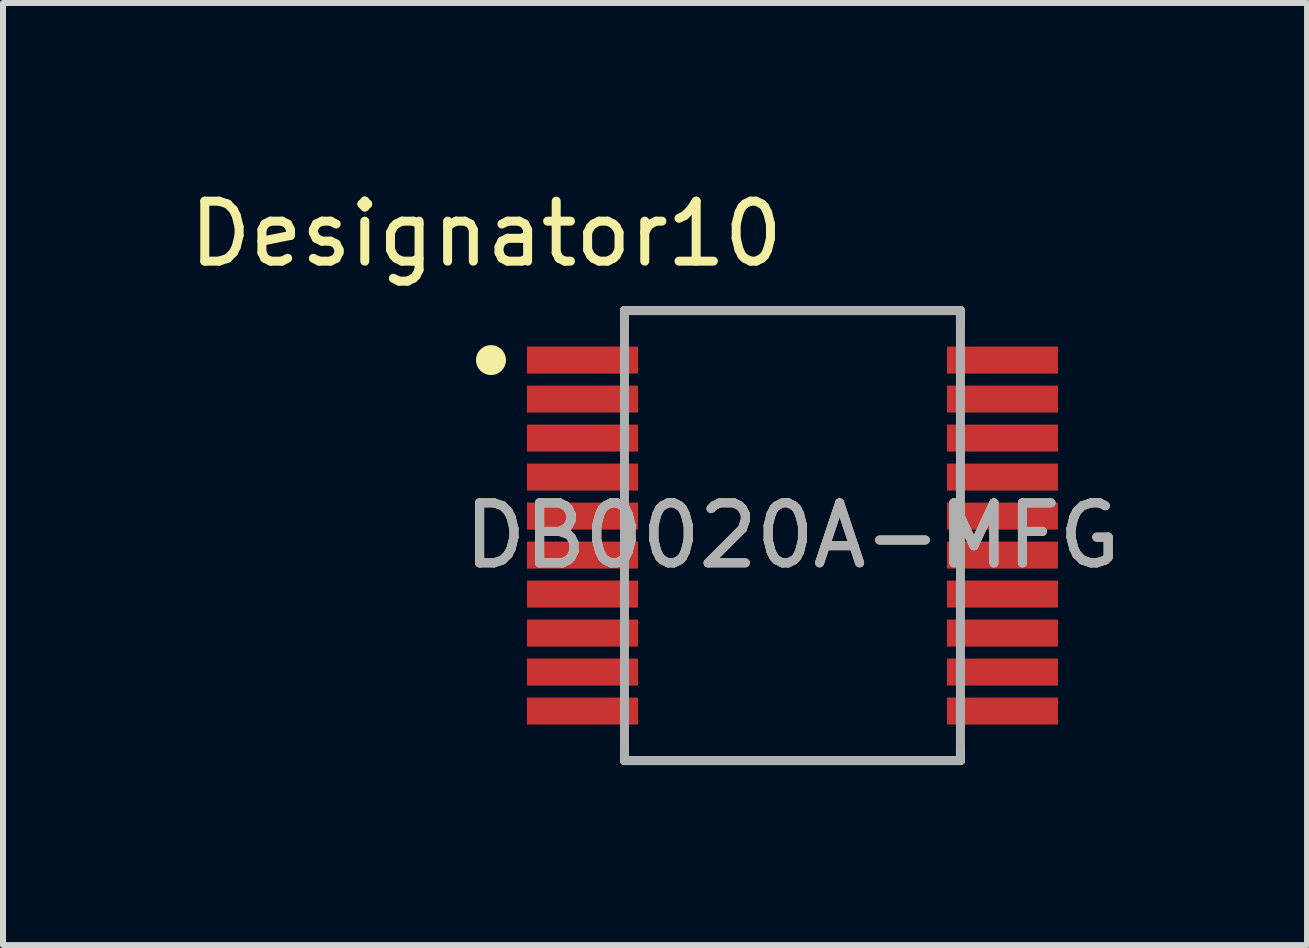
<source format=kicad_pcb>
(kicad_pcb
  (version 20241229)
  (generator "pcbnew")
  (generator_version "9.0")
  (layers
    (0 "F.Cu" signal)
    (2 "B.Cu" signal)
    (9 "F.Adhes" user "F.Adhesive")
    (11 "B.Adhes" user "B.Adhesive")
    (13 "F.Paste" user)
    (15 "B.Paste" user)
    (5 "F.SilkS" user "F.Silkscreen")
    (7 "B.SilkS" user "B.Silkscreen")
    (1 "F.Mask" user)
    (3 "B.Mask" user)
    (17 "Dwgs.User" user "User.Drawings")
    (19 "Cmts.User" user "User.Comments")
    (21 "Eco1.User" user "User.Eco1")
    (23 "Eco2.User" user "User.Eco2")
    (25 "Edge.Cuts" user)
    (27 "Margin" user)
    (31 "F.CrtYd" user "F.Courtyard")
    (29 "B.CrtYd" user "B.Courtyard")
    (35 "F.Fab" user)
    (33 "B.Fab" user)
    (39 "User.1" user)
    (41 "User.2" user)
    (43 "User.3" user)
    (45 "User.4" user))
  (footprint "DB0020A-MFG"
    (layer "F.Cu")
    (at 10.159 5.877)
    (property "Reference" "DB0020A-MFG" (at 0 0 0) (unlocked yes) (layer "F.SilkS") (effects (font (size 1 1) (thickness 0.15))))
    (attr smd)
    (fp_line (start -2.8 -3.75) (end 2.8 -3.75) (stroke (width 0.15) (type solid)) (layer "F.SilkS"))
    (fp_line (start -2.8 -3.525) (end -2.8 -3.75) (stroke (width 0.15) (type solid)) (layer "F.SilkS"))
    (fp_line (start -2.8 3.75) (end -2.8 3.525) (stroke (width 0.15) (type solid)) (layer "F.SilkS"))
    (fp_line (start -2.8 3.75) (end 2.8 3.75) (stroke (width 0.15) (type solid)) (layer "F.SilkS"))
    (fp_line (start 2.8 -3.525) (end 2.8 -3.75) (stroke (width 0.15) (type solid)) (layer "F.SilkS"))
    (fp_line (start 2.8 3.75) (end 2.8 3.525) (stroke (width 0.15) (type solid)) (layer "F.SilkS"))
    (fp_circle (center -5.025 -2.925) (end -4.9 -2.925) (stroke (width 0.25) (type solid)) (fill no) (layer "F.SilkS"))
    (fp_line (start -2.8 -3.75) (end 2.8 -3.75) (stroke (width 0.15) (type solid)) (layer "F.Fab"))
    (fp_line (start -2.8 3.75) (end -2.8 -3.75) (stroke (width 0.15) (type solid)) (layer "F.Fab"))
    (fp_line (start -2.8 3.75) (end 2.8 3.75) (stroke (width 0.15) (type solid)) (layer "F.Fab"))
    (fp_line (start 2.8 3.75) (end 2.8 -3.75) (stroke (width 0.15) (type solid)) (layer "F.Fab"))
    (fp_text user "Designator10" (at -5.105 -5.029 0) (unlocked yes) (layer "F.SilkS") (effects (font (size 1 1) (thickness 0.15))))
    (fp_text user "${REFERENCE}" (at 0 0 0) (unlocked yes) (layer "F.Fab") (effects (font (size 1 1) (thickness 0.15))))
    (pad "1" smd rect (at -3.5 -2.925) (size 1.85 0.45) (layers "F.Cu" "F.Mask" "F.Paste"))
    (pad "2" smd rect (at -3.5 -2.275) (size 1.85 0.45) (layers "F.Cu" "F.Mask" "F.Paste"))
    (pad "3" smd rect (at -3.5 -1.625) (size 1.85 0.45) (layers "F.Cu" "F.Mask" "F.Paste"))
    (pad "4" smd rect (at -3.5 -0.975) (size 1.85 0.45) (layers "F.Cu" "F.Mask" "F.Paste"))
    (pad "5" smd rect (at -3.5 -0.325) (size 1.85 0.45) (layers "F.Cu" "F.Mask" "F.Paste"))
    (pad "6" smd rect (at -3.5 0.325) (size 1.85 0.45) (layers "F.Cu" "F.Mask" "F.Paste"))
    (pad "7" smd rect (at -3.5 0.975) (size 1.85 0.45) (layers "F.Cu" "F.Mask" "F.Paste"))
    (pad "8" smd rect (at -3.5 1.625) (size 1.85 0.45) (layers "F.Cu" "F.Mask" "F.Paste"))
    (pad "9" smd rect (at -3.5 2.275) (size 1.85 0.45) (layers "F.Cu" "F.Mask" "F.Paste"))
    (pad "10" smd rect (at -3.5 2.925) (size 1.85 0.45) (layers "F.Cu" "F.Mask" "F.Paste"))
    (pad "11" smd rect (at 3.5 2.925) (size 1.85 0.45) (layers "F.Cu" "F.Mask" "F.Paste"))
    (pad "12" smd rect (at 3.5 2.275) (size 1.85 0.45) (layers "F.Cu" "F.Mask" "F.Paste"))
    (pad "13" smd rect (at 3.5 1.625) (size 1.85 0.45) (layers "F.Cu" "F.Mask" "F.Paste"))
    (pad "14" smd rect (at 3.5 0.975) (size 1.85 0.45) (layers "F.Cu" "F.Mask" "F.Paste"))
    (pad "15" smd rect (at 3.5 0.325) (size 1.85 0.45) (layers "F.Cu" "F.Mask" "F.Paste"))
    (pad "16" smd rect (at 3.5 -0.325) (size 1.85 0.45) (layers "F.Cu" "F.Mask" "F.Paste"))
    (pad "17" smd rect (at 3.5 -0.975) (size 1.85 0.45) (layers "F.Cu" "F.Mask" "F.Paste"))
    (pad "18" smd rect (at 3.5 -1.625) (size 1.85 0.45) (layers "F.Cu" "F.Mask" "F.Paste"))
    (pad "19" smd rect (at 3.5 -2.275) (size 1.85 0.45) (layers "F.Cu" "F.Mask" "F.Paste"))
    (pad "20" smd rect (at 3.5 -2.925) (size 1.85 0.45) (layers "F.Cu" "F.Mask" "F.Paste")))
  (gr_rect
    (start -3 -3)
    (end 18.736 12.702)
    (stroke (width 0.1) (type default))
    (fill no)
    (layer "Edge.Cuts")))
</source>
